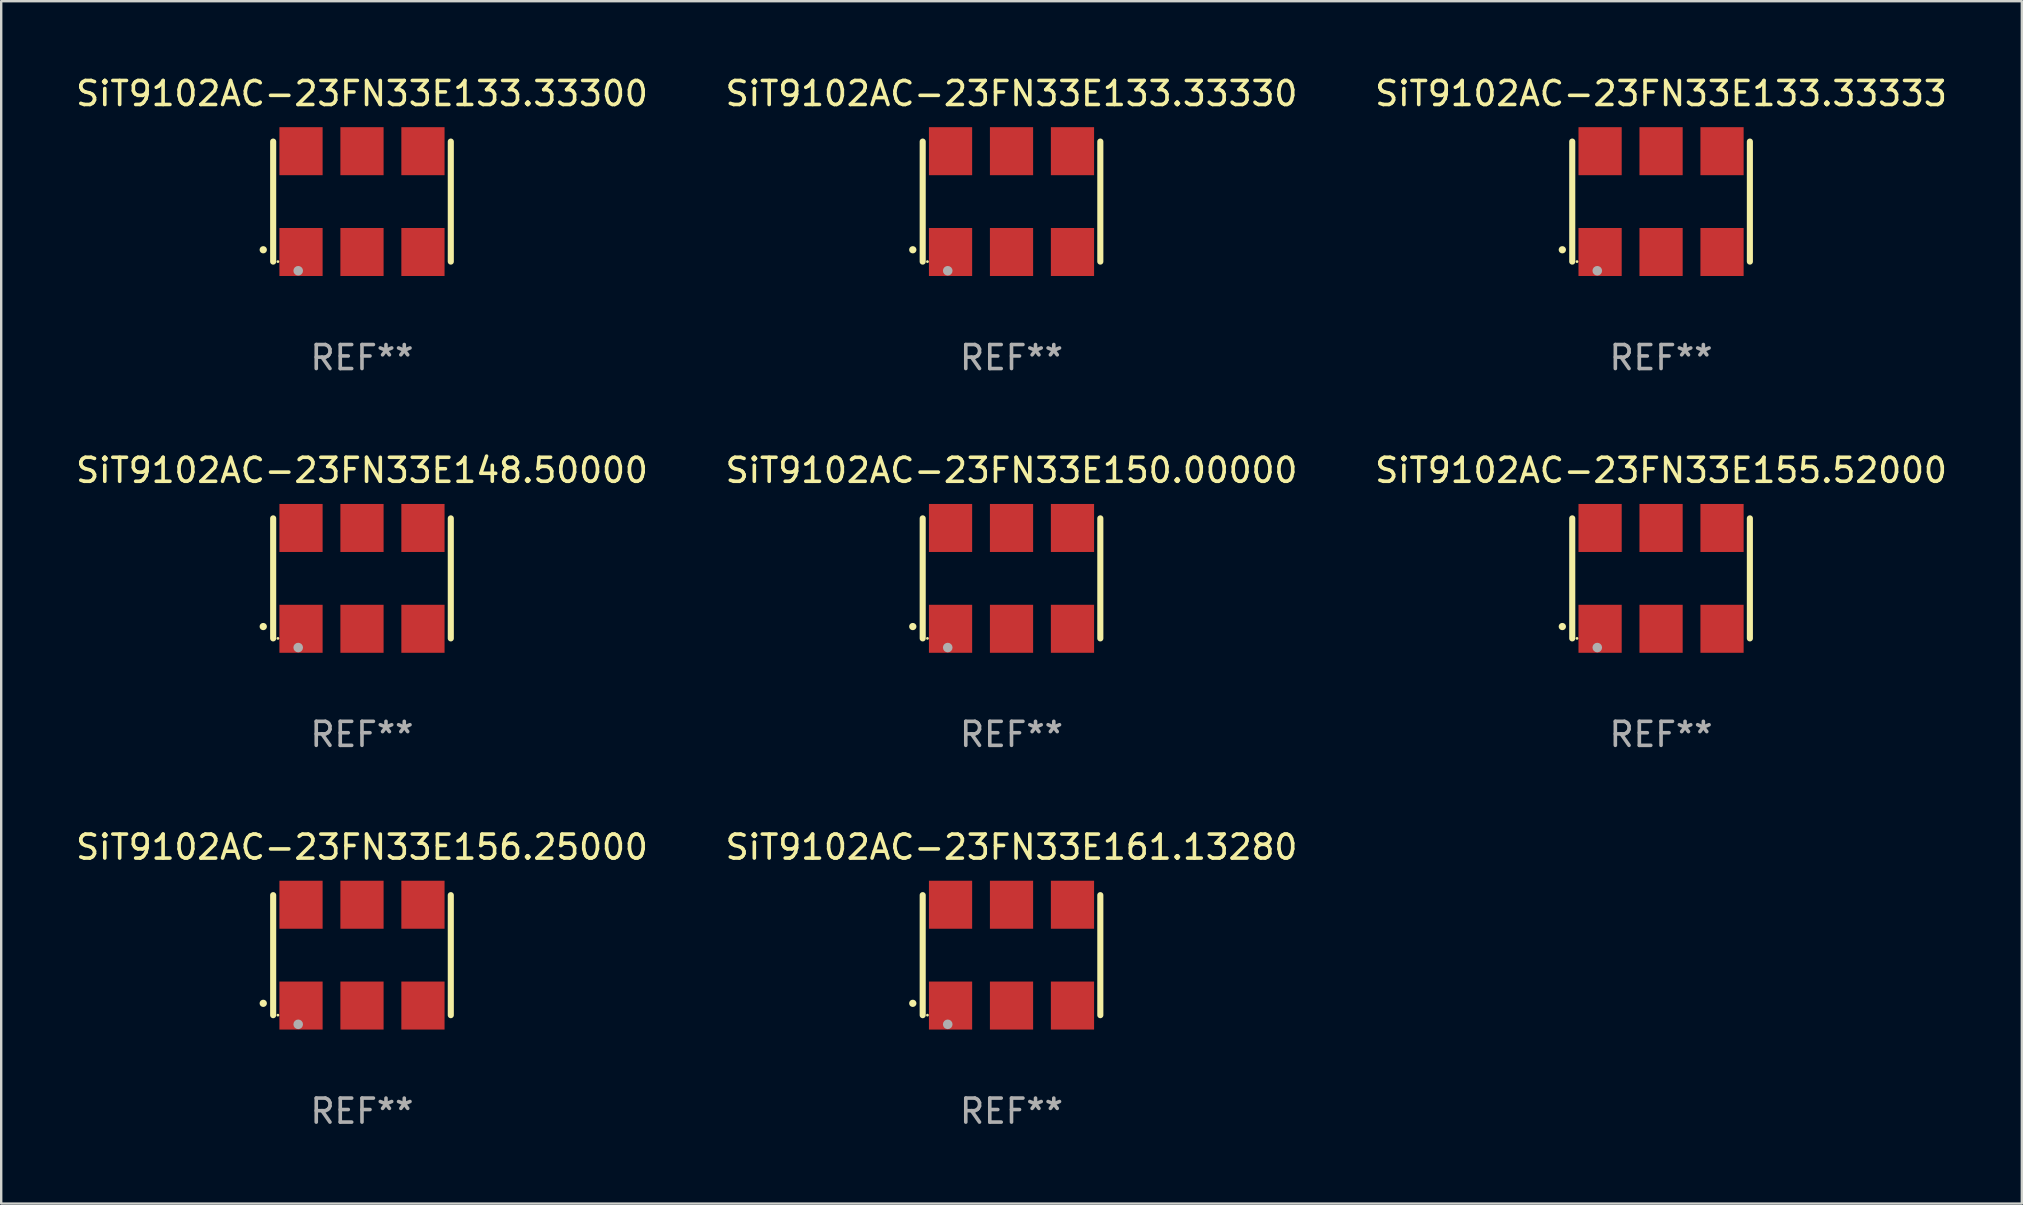
<source format=kicad_pcb>
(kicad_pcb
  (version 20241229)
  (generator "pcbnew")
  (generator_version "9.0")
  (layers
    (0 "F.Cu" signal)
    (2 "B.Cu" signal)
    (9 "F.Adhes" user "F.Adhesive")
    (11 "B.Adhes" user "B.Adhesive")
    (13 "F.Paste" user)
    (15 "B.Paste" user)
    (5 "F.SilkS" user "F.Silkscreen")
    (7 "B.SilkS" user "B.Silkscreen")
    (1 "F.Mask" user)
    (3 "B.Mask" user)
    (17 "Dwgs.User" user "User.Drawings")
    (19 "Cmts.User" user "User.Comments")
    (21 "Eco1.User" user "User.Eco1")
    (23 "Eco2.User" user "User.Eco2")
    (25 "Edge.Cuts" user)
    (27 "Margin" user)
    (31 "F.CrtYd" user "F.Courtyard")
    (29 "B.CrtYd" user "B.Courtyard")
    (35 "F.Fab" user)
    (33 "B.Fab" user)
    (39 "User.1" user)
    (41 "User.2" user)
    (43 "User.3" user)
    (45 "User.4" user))
  (footprint "SiT9102AC-23FN33E133.33333"
    (layer "F.Cu")
    (at 66.149 5.348)
    (property "Reference" "SiT9102AC-23FN33E133.33333" (at 0 -4.5 0) (layer "F.SilkS") (effects (font (size 1 1) (thickness 0.15))))
    (attr through_hole)
    (fp_line (start -3.7 -2.5) (end -3.7 2.5) (stroke (width 0.254) (type solid)) (layer "F.SilkS"))
    (fp_line (start 3.7 -2.5) (end 3.7 2.5) (stroke (width 0.254) (type solid)) (layer "F.SilkS"))
    (fp_arc (start -4.114415 2.006604) (mid -4.113145 2.006599) (end -4.111875 2.006604) (stroke (width 0.3) (type solid)) (layer "F.SilkS"))
    (fp_circle (center -3.502 2.5) (end -3.472 2.5) (stroke (width 0.06) (type solid)) (fill no) (layer "F.SilkS"))
    (fp_circle (center -2.657 2.882) (end -2.557 2.882) (stroke (width 0.2) (type solid)) (fill no) (layer "F.Fab"))
    (fp_text user "REF**" (at 0 6.5 0) (layer "F.Fab") (effects (font (size 1 1) (thickness 0.15))))
    (pad "1" smd rect (at -2.54 2.1) (size 1.8 2) (layers "F.Cu" "F.Mask" "F.Paste"))
    (pad "2" smd rect (at 0.000394 2.1) (size 1.8 2) (layers "F.Cu" "F.Mask" "F.Paste"))
    (pad "3" smd rect (at 2.54 2.1) (size 1.8 2) (layers "F.Cu" "F.Mask" "F.Paste"))
    (pad "4" smd rect (at 2.54 -2.1) (size 1.8 2) (layers "F.Cu" "F.Mask" "F.Paste"))
    (pad "5" smd rect (at 0.000394 -2.1) (size 1.8 2) (layers "F.Cu" "F.Mask" "F.Paste"))
    (pad "6" smd rect (at -2.54 -2.1) (size 1.8 2) (layers "F.Cu" "F.Mask" "F.Paste")))
  (footprint "SiT9102AC-23FN33E155.52000"
    (layer "F.Cu")
    (at 66.149 21.045)
    (property "Reference" "SiT9102AC-23FN33E155.52000" (at 0 -4.5 0) (layer "F.SilkS") (effects (font (size 1 1) (thickness 0.15))))
    (attr through_hole)
    (fp_line (start -3.7 -2.5) (end -3.7 2.5) (stroke (width 0.254) (type solid)) (layer "F.SilkS"))
    (fp_line (start 3.7 -2.5) (end 3.7 2.5) (stroke (width 0.254) (type solid)) (layer "F.SilkS"))
    (fp_arc (start -4.114415 2.006604) (mid -4.113145 2.006599) (end -4.111875 2.006604) (stroke (width 0.3) (type solid)) (layer "F.SilkS"))
    (fp_circle (center -3.502 2.5) (end -3.472 2.5) (stroke (width 0.06) (type solid)) (fill no) (layer "F.SilkS"))
    (fp_circle (center -2.657 2.882) (end -2.557 2.882) (stroke (width 0.2) (type solid)) (fill no) (layer "F.Fab"))
    (fp_text user "REF**" (at 0 6.5 0) (layer "F.Fab") (effects (font (size 1 1) (thickness 0.15))))
    (pad "1" smd rect (at -2.54 2.1) (size 1.8 2) (layers "F.Cu" "F.Mask" "F.Paste"))
    (pad "2" smd rect (at 0.000394 2.1) (size 1.8 2) (layers "F.Cu" "F.Mask" "F.Paste"))
    (pad "3" smd rect (at 2.54 2.1) (size 1.8 2) (layers "F.Cu" "F.Mask" "F.Paste"))
    (pad "4" smd rect (at 2.54 -2.1) (size 1.8 2) (layers "F.Cu" "F.Mask" "F.Paste"))
    (pad "5" smd rect (at 0.000394 -2.1) (size 1.8 2) (layers "F.Cu" "F.Mask" "F.Paste"))
    (pad "6" smd rect (at -2.54 -2.1) (size 1.8 2) (layers "F.Cu" "F.Mask" "F.Paste")))
  (footprint "SiT9102AC-23FN33E133.33330"
    (layer "F.Cu")
    (at 39.089 5.348)
    (property "Reference" "SiT9102AC-23FN33E133.33330" (at 0 -4.5 0) (layer "F.SilkS") (effects (font (size 1 1) (thickness 0.15))))
    (attr through_hole)
    (fp_line (start -3.7 -2.5) (end -3.7 2.5) (stroke (width 0.254) (type solid)) (layer "F.SilkS"))
    (fp_line (start 3.7 -2.5) (end 3.7 2.5) (stroke (width 0.254) (type solid)) (layer "F.SilkS"))
    (fp_arc (start -4.114415 2.006604) (mid -4.113145 2.006599) (end -4.111875 2.006604) (stroke (width 0.3) (type solid)) (layer "F.SilkS"))
    (fp_circle (center -3.502 2.5) (end -3.472 2.5) (stroke (width 0.06) (type solid)) (fill no) (layer "F.SilkS"))
    (fp_circle (center -2.657 2.882) (end -2.557 2.882) (stroke (width 0.2) (type solid)) (fill no) (layer "F.Fab"))
    (fp_text user "REF**" (at 0 6.5 0) (layer "F.Fab") (effects (font (size 1 1) (thickness 0.15))))
    (pad "1" smd rect (at -2.54 2.1) (size 1.8 2) (layers "F.Cu" "F.Mask" "F.Paste"))
    (pad "2" smd rect (at 0.000394 2.1) (size 1.8 2) (layers "F.Cu" "F.Mask" "F.Paste"))
    (pad "3" smd rect (at 2.54 2.1) (size 1.8 2) (layers "F.Cu" "F.Mask" "F.Paste"))
    (pad "4" smd rect (at 2.54 -2.1) (size 1.8 2) (layers "F.Cu" "F.Mask" "F.Paste"))
    (pad "5" smd rect (at 0.000394 -2.1) (size 1.8 2) (layers "F.Cu" "F.Mask" "F.Paste"))
    (pad "6" smd rect (at -2.54 -2.1) (size 1.8 2) (layers "F.Cu" "F.Mask" "F.Paste")))
  (footprint "SiT9102AC-23FN33E148.50000"
    (layer "F.Cu")
    (at 12.03 21.045)
    (property "Reference" "SiT9102AC-23FN33E148.50000" (at 0 -4.5 0) (layer "F.SilkS") (effects (font (size 1 1) (thickness 0.15))))
    (attr through_hole)
    (fp_line (start -3.7 -2.5) (end -3.7 2.5) (stroke (width 0.254) (type solid)) (layer "F.SilkS"))
    (fp_line (start 3.7 -2.5) (end 3.7 2.5) (stroke (width 0.254) (type solid)) (layer "F.SilkS"))
    (fp_arc (start -4.114415 2.006604) (mid -4.113145 2.006599) (end -4.111875 2.006604) (stroke (width 0.3) (type solid)) (layer "F.SilkS"))
    (fp_circle (center -3.502 2.5) (end -3.472 2.5) (stroke (width 0.06) (type solid)) (fill no) (layer "F.SilkS"))
    (fp_circle (center -2.657 2.882) (end -2.557 2.882) (stroke (width 0.2) (type solid)) (fill no) (layer "F.Fab"))
    (fp_text user "REF**" (at 0 6.5 0) (layer "F.Fab") (effects (font (size 1 1) (thickness 0.15))))
    (pad "1" smd rect (at -2.54 2.1) (size 1.8 2) (layers "F.Cu" "F.Mask" "F.Paste"))
    (pad "2" smd rect (at 0.000394 2.1) (size 1.8 2) (layers "F.Cu" "F.Mask" "F.Paste"))
    (pad "3" smd rect (at 2.54 2.1) (size 1.8 2) (layers "F.Cu" "F.Mask" "F.Paste"))
    (pad "4" smd rect (at 2.54 -2.1) (size 1.8 2) (layers "F.Cu" "F.Mask" "F.Paste"))
    (pad "5" smd rect (at 0.000394 -2.1) (size 1.8 2) (layers "F.Cu" "F.Mask" "F.Paste"))
    (pad "6" smd rect (at -2.54 -2.1) (size 1.8 2) (layers "F.Cu" "F.Mask" "F.Paste")))
  (footprint "SiT9102AC-23FN33E161.13280"
    (layer "F.Cu")
    (at 39.089 36.741)
    (property "Reference" "SiT9102AC-23FN33E161.13280" (at 0 -4.5 0) (layer "F.SilkS") (effects (font (size 1 1) (thickness 0.15))))
    (attr through_hole)
    (fp_line (start -3.7 -2.5) (end -3.7 2.5) (stroke (width 0.254) (type solid)) (layer "F.SilkS"))
    (fp_line (start 3.7 -2.5) (end 3.7 2.5) (stroke (width 0.254) (type solid)) (layer "F.SilkS"))
    (fp_arc (start -4.114415 2.006604) (mid -4.113145 2.006599) (end -4.111875 2.006604) (stroke (width 0.3) (type solid)) (layer "F.SilkS"))
    (fp_circle (center -3.502 2.5) (end -3.472 2.5) (stroke (width 0.06) (type solid)) (fill no) (layer "F.SilkS"))
    (fp_circle (center -2.657 2.882) (end -2.557 2.882) (stroke (width 0.2) (type solid)) (fill no) (layer "F.Fab"))
    (fp_text user "REF**" (at 0 6.5 0) (layer "F.Fab") (effects (font (size 1 1) (thickness 0.15))))
    (pad "1" smd rect (at -2.54 2.1) (size 1.8 2) (layers "F.Cu" "F.Mask" "F.Paste"))
    (pad "2" smd rect (at 0.000394 2.1) (size 1.8 2) (layers "F.Cu" "F.Mask" "F.Paste"))
    (pad "3" smd rect (at 2.54 2.1) (size 1.8 2) (layers "F.Cu" "F.Mask" "F.Paste"))
    (pad "4" smd rect (at 2.54 -2.1) (size 1.8 2) (layers "F.Cu" "F.Mask" "F.Paste"))
    (pad "5" smd rect (at 0.000394 -2.1) (size 1.8 2) (layers "F.Cu" "F.Mask" "F.Paste"))
    (pad "6" smd rect (at -2.54 -2.1) (size 1.8 2) (layers "F.Cu" "F.Mask" "F.Paste")))
  (footprint "SiT9102AC-23FN33E150.00000"
    (layer "F.Cu")
    (at 39.089 21.045)
    (property "Reference" "SiT9102AC-23FN33E150.00000" (at 0 -4.5 0) (layer "F.SilkS") (effects (font (size 1 1) (thickness 0.15))))
    (attr through_hole)
    (fp_line (start -3.7 -2.5) (end -3.7 2.5) (stroke (width 0.254) (type solid)) (layer "F.SilkS"))
    (fp_line (start 3.7 -2.5) (end 3.7 2.5) (stroke (width 0.254) (type solid)) (layer "F.SilkS"))
    (fp_arc (start -4.114415 2.006604) (mid -4.113145 2.006599) (end -4.111875 2.006604) (stroke (width 0.3) (type solid)) (layer "F.SilkS"))
    (fp_circle (center -3.502 2.5) (end -3.472 2.5) (stroke (width 0.06) (type solid)) (fill no) (layer "F.SilkS"))
    (fp_circle (center -2.657 2.882) (end -2.557 2.882) (stroke (width 0.2) (type solid)) (fill no) (layer "F.Fab"))
    (fp_text user "REF**" (at 0 6.5 0) (layer "F.Fab") (effects (font (size 1 1) (thickness 0.15))))
    (pad "1" smd rect (at -2.54 2.1) (size 1.8 2) (layers "F.Cu" "F.Mask" "F.Paste"))
    (pad "2" smd rect (at 0.000394 2.1) (size 1.8 2) (layers "F.Cu" "F.Mask" "F.Paste"))
    (pad "3" smd rect (at 2.54 2.1) (size 1.8 2) (layers "F.Cu" "F.Mask" "F.Paste"))
    (pad "4" smd rect (at 2.54 -2.1) (size 1.8 2) (layers "F.Cu" "F.Mask" "F.Paste"))
    (pad "5" smd rect (at 0.000394 -2.1) (size 1.8 2) (layers "F.Cu" "F.Mask" "F.Paste"))
    (pad "6" smd rect (at -2.54 -2.1) (size 1.8 2) (layers "F.Cu" "F.Mask" "F.Paste")))
  (footprint "SiT9102AC-23FN33E133.33300"
    (layer "F.Cu")
    (at 12.03 5.348)
    (property "Reference" "SiT9102AC-23FN33E133.33300" (at 0 -4.5 0) (layer "F.SilkS") (effects (font (size 1 1) (thickness 0.15))))
    (attr through_hole)
    (fp_line (start -3.7 -2.5) (end -3.7 2.5) (stroke (width 0.254) (type solid)) (layer "F.SilkS"))
    (fp_line (start 3.7 -2.5) (end 3.7 2.5) (stroke (width 0.254) (type solid)) (layer "F.SilkS"))
    (fp_arc (start -4.114415 2.006604) (mid -4.113145 2.006599) (end -4.111875 2.006604) (stroke (width 0.3) (type solid)) (layer "F.SilkS"))
    (fp_circle (center -3.502 2.5) (end -3.472 2.5) (stroke (width 0.06) (type solid)) (fill no) (layer "F.SilkS"))
    (fp_circle (center -2.657 2.882) (end -2.557 2.882) (stroke (width 0.2) (type solid)) (fill no) (layer "F.Fab"))
    (fp_text user "REF**" (at 0 6.5 0) (layer "F.Fab") (effects (font (size 1 1) (thickness 0.15))))
    (pad "1" smd rect (at -2.54 2.1) (size 1.8 2) (layers "F.Cu" "F.Mask" "F.Paste"))
    (pad "2" smd rect (at 0.000394 2.1) (size 1.8 2) (layers "F.Cu" "F.Mask" "F.Paste"))
    (pad "3" smd rect (at 2.54 2.1) (size 1.8 2) (layers "F.Cu" "F.Mask" "F.Paste"))
    (pad "4" smd rect (at 2.54 -2.1) (size 1.8 2) (layers "F.Cu" "F.Mask" "F.Paste"))
    (pad "5" smd rect (at 0.000394 -2.1) (size 1.8 2) (layers "F.Cu" "F.Mask" "F.Paste"))
    (pad "6" smd rect (at -2.54 -2.1) (size 1.8 2) (layers "F.Cu" "F.Mask" "F.Paste")))
  (footprint "SiT9102AC-23FN33E156.25000"
    (layer "F.Cu")
    (at 12.03 36.741)
    (property "Reference" "SiT9102AC-23FN33E156.25000" (at 0 -4.5 0) (layer "F.SilkS") (effects (font (size 1 1) (thickness 0.15))))
    (attr through_hole)
    (fp_line (start -3.7 -2.5) (end -3.7 2.5) (stroke (width 0.254) (type solid)) (layer "F.SilkS"))
    (fp_line (start 3.7 -2.5) (end 3.7 2.5) (stroke (width 0.254) (type solid)) (layer "F.SilkS"))
    (fp_arc (start -4.114415 2.006604) (mid -4.113145 2.006599) (end -4.111875 2.006604) (stroke (width 0.3) (type solid)) (layer "F.SilkS"))
    (fp_circle (center -3.502 2.5) (end -3.472 2.5) (stroke (width 0.06) (type solid)) (fill no) (layer "F.SilkS"))
    (fp_circle (center -2.657 2.882) (end -2.557 2.882) (stroke (width 0.2) (type solid)) (fill no) (layer "F.Fab"))
    (fp_text user "REF**" (at 0 6.5 0) (layer "F.Fab") (effects (font (size 1 1) (thickness 0.15))))
    (pad "1" smd rect (at -2.54 2.1) (size 1.8 2) (layers "F.Cu" "F.Mask" "F.Paste"))
    (pad "2" smd rect (at 0.000394 2.1) (size 1.8 2) (layers "F.Cu" "F.Mask" "F.Paste"))
    (pad "3" smd rect (at 2.54 2.1) (size 1.8 2) (layers "F.Cu" "F.Mask" "F.Paste"))
    (pad "4" smd rect (at 2.54 -2.1) (size 1.8 2) (layers "F.Cu" "F.Mask" "F.Paste"))
    (pad "5" smd rect (at 0.000394 -2.1) (size 1.8 2) (layers "F.Cu" "F.Mask" "F.Paste"))
    (pad "6" smd rect (at -2.54 -2.1) (size 1.8 2) (layers "F.Cu" "F.Mask" "F.Paste")))
  (gr_rect
    (start -3 -3)
    (end 81.179 47.09)
    (stroke (width 0.1) (type default))
    (fill no)
    (layer "Edge.Cuts")))
</source>
